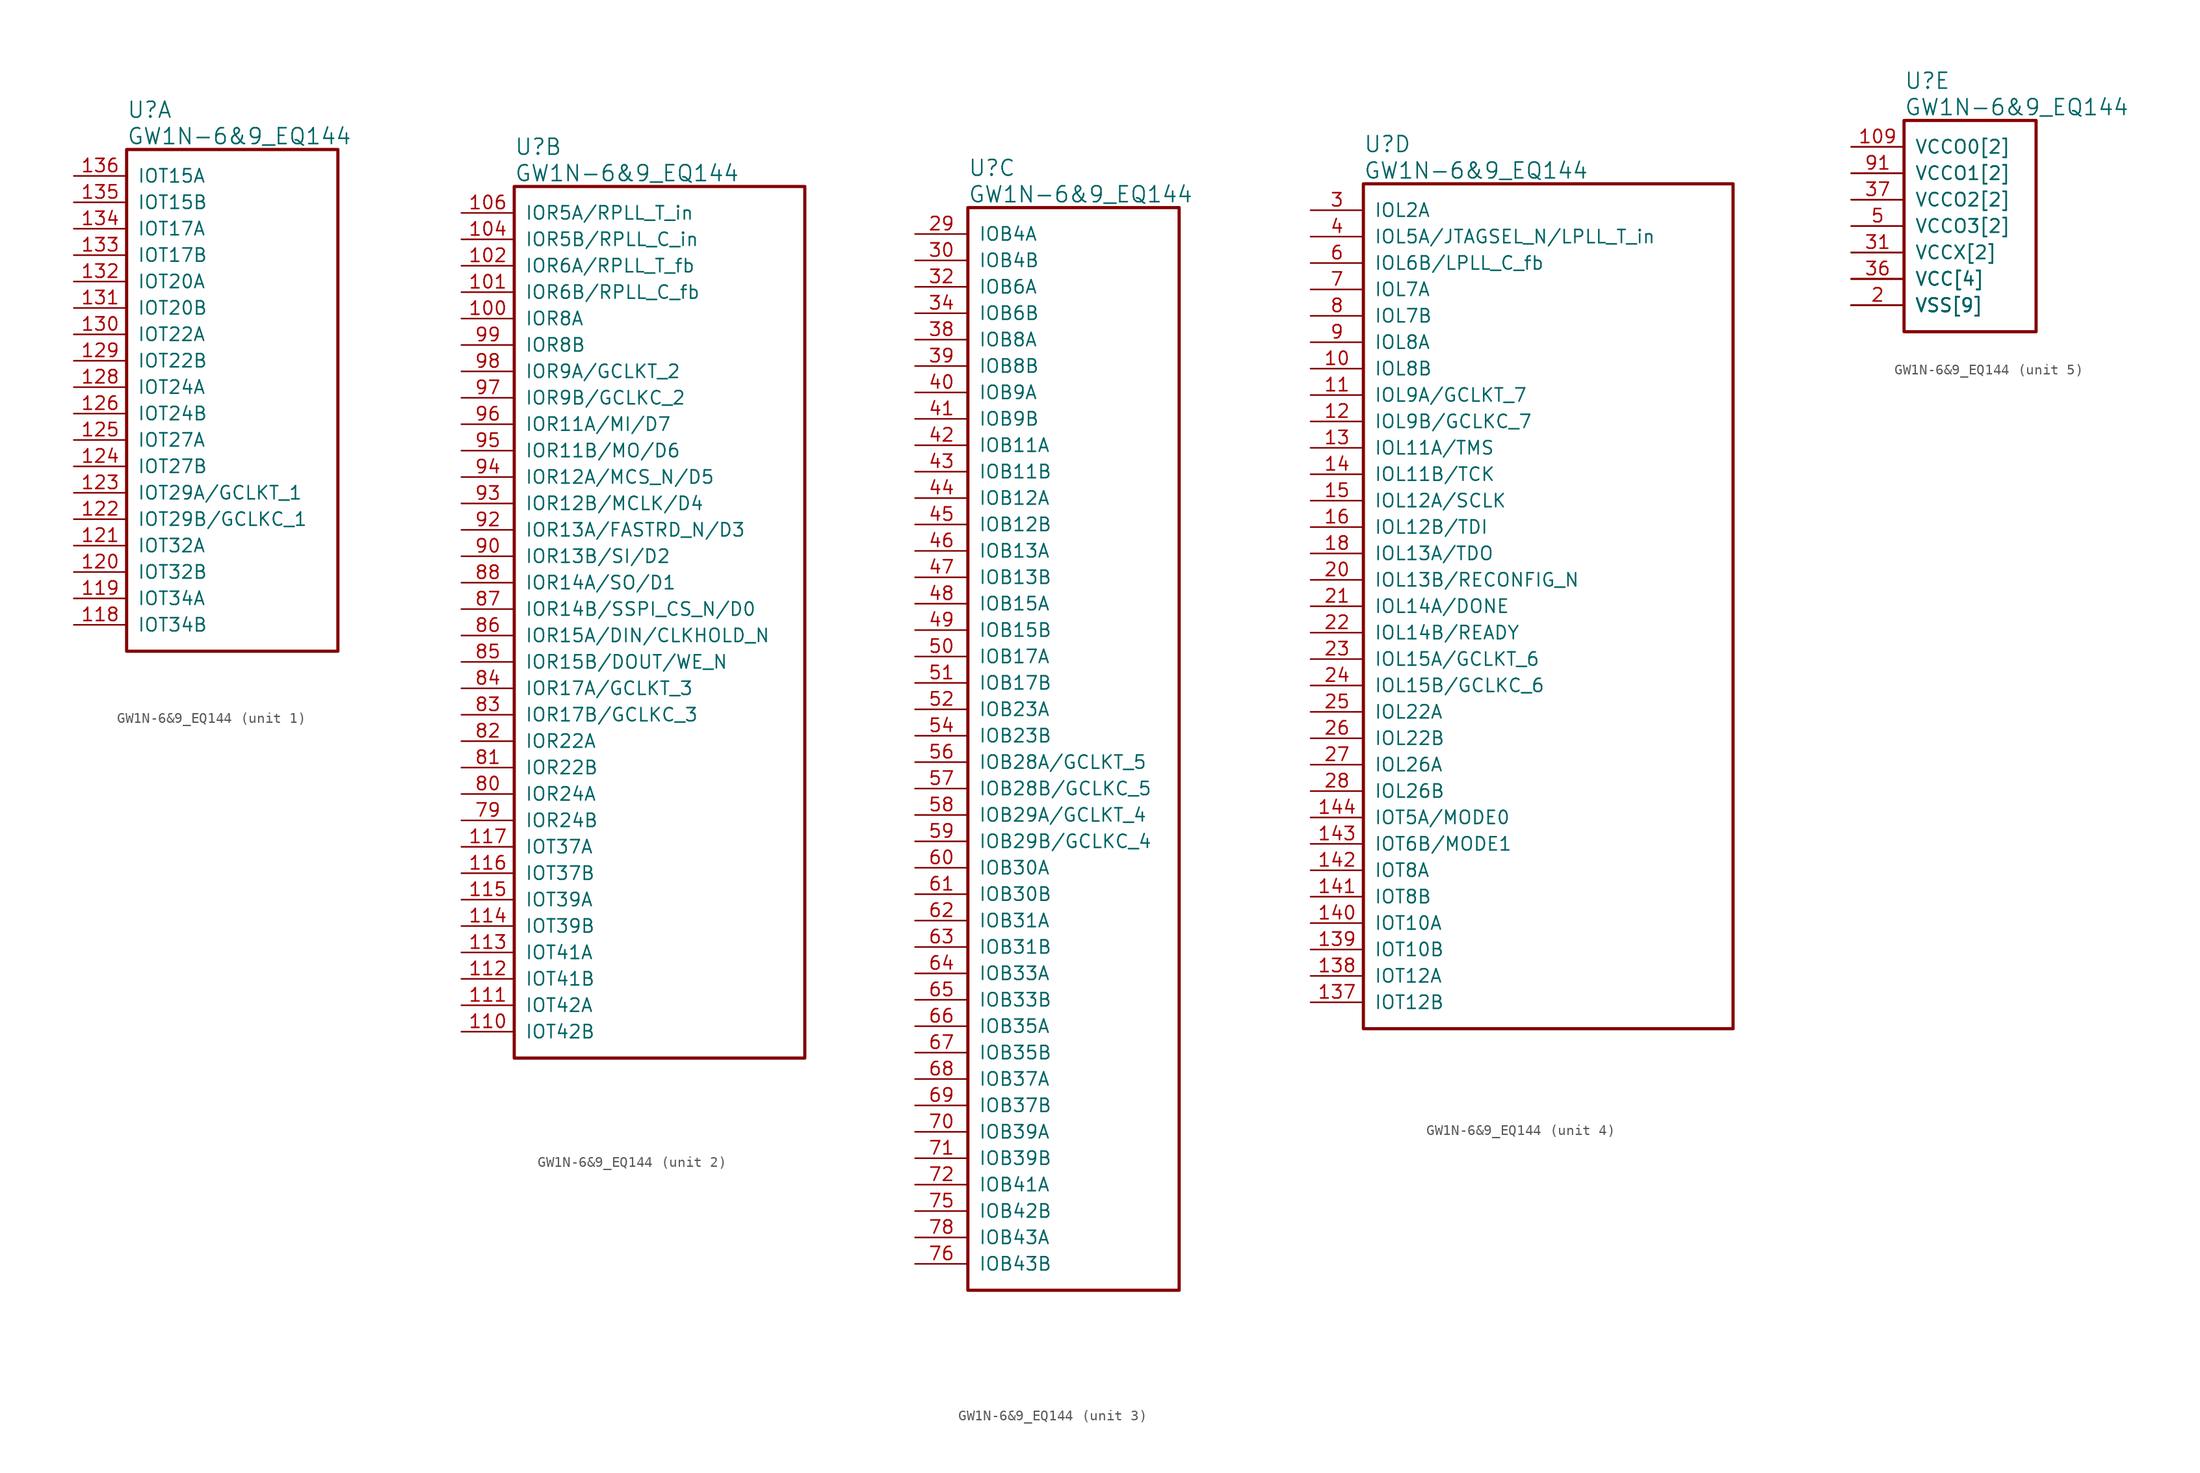
<source format=kicad_sym>
(kicad_symbol_lib
  (version 20211014)
  (generator kicad_symbol_editor)
  (symbol "GW1N-6&9_EQ144"
    (pin_names
      (offset 1.016))
    (property "Reference" "U"
      (at 5.08 6.35 0)
      (effects (font (size 1.524 1.524)) (justify left)))
    (property "Value" "GW1N-6&9_EQ144"
      (at 5.08 3.81 0)
      (effects (font (size 1.524 1.524)) (justify left)))
    (property "ki_locked" ""
      (at 0 0 0)
      (effects (font (size 1.27 1.27))))
    (symbol "GW1N-6&9_EQ144_1_1"
      (rectangle (start 5.08 2.54) (end 25.4 -45.72) (stroke (width 0.305) (type default) (color 0 0 0 0)) (fill (type none)))
      (pin bidirectional line (at 0 -43.18 0) (length 5.08) (name "IOT34B" (effects (font (size 1.27 1.27)))) (number "118" (effects (font (size 1.27 1.27)))))
      (pin bidirectional line (at 0 -40.64 0) (length 5.08) (name "IOT34A" (effects (font (size 1.27 1.27)))) (number "119" (effects (font (size 1.27 1.27)))))
      (pin bidirectional line (at 0 -38.1 0) (length 5.08) (name "IOT32B" (effects (font (size 1.27 1.27)))) (number "120" (effects (font (size 1.27 1.27)))))
      (pin bidirectional line (at 0 -35.56 0) (length 5.08) (name "IOT32A" (effects (font (size 1.27 1.27)))) (number "121" (effects (font (size 1.27 1.27)))))
      (pin bidirectional line (at 0 -33.02 0) (length 5.08) (name "IOT29B/GCLKC_1" (effects (font (size 1.27 1.27)))) (number "122" (effects (font (size 1.27 1.27)))))
      (pin bidirectional line (at 0 -30.48 0) (length 5.08) (name "IOT29A/GCLKT_1" (effects (font (size 1.27 1.27)))) (number "123" (effects (font (size 1.27 1.27)))))
      (pin bidirectional line (at 0 -27.94 0) (length 5.08) (name "IOT27B" (effects (font (size 1.27 1.27)))) (number "124" (effects (font (size 1.27 1.27)))))
      (pin bidirectional line (at 0 -25.4 0) (length 5.08) (name "IOT27A" (effects (font (size 1.27 1.27)))) (number "125" (effects (font (size 1.27 1.27)))))
      (pin bidirectional line (at 0 -22.86 0) (length 5.08) (name "IOT24B" (effects (font (size 1.27 1.27)))) (number "126" (effects (font (size 1.27 1.27)))))
      (pin bidirectional line (at 0 -20.32 0) (length 5.08) (name "IOT24A" (effects (font (size 1.27 1.27)))) (number "128" (effects (font (size 1.27 1.27)))))
      (pin bidirectional line (at 0 -17.78 0) (length 5.08) (name "IOT22B" (effects (font (size 1.27 1.27)))) (number "129" (effects (font (size 1.27 1.27)))))
      (pin bidirectional line (at 0 -15.24 0) (length 5.08) (name "IOT22A" (effects (font (size 1.27 1.27)))) (number "130" (effects (font (size 1.27 1.27)))))
      (pin bidirectional line (at 0 -12.7 0) (length 5.08) (name "IOT20B" (effects (font (size 1.27 1.27)))) (number "131" (effects (font (size 1.27 1.27)))))
      (pin bidirectional line (at 0 -10.16 0) (length 5.08) (name "IOT20A" (effects (font (size 1.27 1.27)))) (number "132" (effects (font (size 1.27 1.27)))))
      (pin bidirectional line (at 0 -7.62 0) (length 5.08) (name "IOT17B" (effects (font (size 1.27 1.27)))) (number "133" (effects (font (size 1.27 1.27)))))
      (pin bidirectional line (at 0 -5.08 0) (length 5.08) (name "IOT17A" (effects (font (size 1.27 1.27)))) (number "134" (effects (font (size 1.27 1.27)))))
      (pin bidirectional line (at 0 -2.54 0) (length 5.08) (name "IOT15B" (effects (font (size 1.27 1.27)))) (number "135" (effects (font (size 1.27 1.27)))))
      (pin bidirectional line (at 0 0 0) (length 5.08) (name "IOT15A" (effects (font (size 1.27 1.27)))) (number "136" (effects (font (size 1.27 1.27))))))
    (symbol "GW1N-6&9_EQ144_2_1"
      (rectangle (start 5.08 2.54) (end 33.02 -81.28) (stroke (width 0.305) (type default) (color 0 0 0 0)) (fill (type none)))
      (pin bidirectional line (at 0 -10.16 0) (length 5.08) (name "IOR8A" (effects (font (size 1.27 1.27)))) (number "100" (effects (font (size 1.27 1.27)))))
      (pin bidirectional line (at 0 -7.62 0) (length 5.08) (name "IOR6B/RPLL_C_fb" (effects (font (size 1.27 1.27)))) (number "101" (effects (font (size 1.27 1.27)))))
      (pin bidirectional line (at 0 -5.08 0) (length 5.08) (name "IOR6A/RPLL_T_fb" (effects (font (size 1.27 1.27)))) (number "102" (effects (font (size 1.27 1.27)))))
      (pin bidirectional line (at 0 -2.54 0) (length 5.08) (name "IOR5B/RPLL_C_in" (effects (font (size 1.27 1.27)))) (number "104" (effects (font (size 1.27 1.27)))))
      (pin bidirectional line (at 0 0 0) (length 5.08) (name "IOR5A/RPLL_T_in" (effects (font (size 1.27 1.27)))) (number "106" (effects (font (size 1.27 1.27)))))
      (pin bidirectional line (at 0 -78.74 0) (length 5.08) (name "IOT42B" (effects (font (size 1.27 1.27)))) (number "110" (effects (font (size 1.27 1.27)))))
      (pin bidirectional line (at 0 -76.2 0) (length 5.08) (name "IOT42A" (effects (font (size 1.27 1.27)))) (number "111" (effects (font (size 1.27 1.27)))))
      (pin bidirectional line (at 0 -73.66 0) (length 5.08) (name "IOT41B" (effects (font (size 1.27 1.27)))) (number "112" (effects (font (size 1.27 1.27)))))
      (pin bidirectional line (at 0 -71.12 0) (length 5.08) (name "IOT41A" (effects (font (size 1.27 1.27)))) (number "113" (effects (font (size 1.27 1.27)))))
      (pin bidirectional line (at 0 -68.58 0) (length 5.08) (name "IOT39B" (effects (font (size 1.27 1.27)))) (number "114" (effects (font (size 1.27 1.27)))))
      (pin bidirectional line (at 0 -66.04 0) (length 5.08) (name "IOT39A" (effects (font (size 1.27 1.27)))) (number "115" (effects (font (size 1.27 1.27)))))
      (pin bidirectional line (at 0 -63.5 0) (length 5.08) (name "IOT37B" (effects (font (size 1.27 1.27)))) (number "116" (effects (font (size 1.27 1.27)))))
      (pin bidirectional line (at 0 -60.96 0) (length 5.08) (name "IOT37A" (effects (font (size 1.27 1.27)))) (number "117" (effects (font (size 1.27 1.27)))))
      (pin bidirectional line (at 0 -58.42 0) (length 5.08) (name "IOR24B" (effects (font (size 1.27 1.27)))) (number "79" (effects (font (size 1.27 1.27)))))
      (pin bidirectional line (at 0 -55.88 0) (length 5.08) (name "IOR24A" (effects (font (size 1.27 1.27)))) (number "80" (effects (font (size 1.27 1.27)))))
      (pin bidirectional line (at 0 -53.34 0) (length 5.08) (name "IOR22B" (effects (font (size 1.27 1.27)))) (number "81" (effects (font (size 1.27 1.27)))))
      (pin bidirectional line (at 0 -50.8 0) (length 5.08) (name "IOR22A" (effects (font (size 1.27 1.27)))) (number "82" (effects (font (size 1.27 1.27)))))
      (pin bidirectional line (at 0 -48.26 0) (length 5.08) (name "IOR17B/GCLKC_3" (effects (font (size 1.27 1.27)))) (number "83" (effects (font (size 1.27 1.27)))))
      (pin bidirectional line (at 0 -45.72 0) (length 5.08) (name "IOR17A/GCLKT_3" (effects (font (size 1.27 1.27)))) (number "84" (effects (font (size 1.27 1.27)))))
      (pin bidirectional line (at 0 -43.18 0) (length 5.08) (name "IOR15B/DOUT/WE_N" (effects (font (size 1.27 1.27)))) (number "85" (effects (font (size 1.27 1.27)))))
      (pin bidirectional line (at 0 -40.64 0) (length 5.08) (name "IOR15A/DIN/CLKHOLD_N" (effects (font (size 1.27 1.27)))) (number "86" (effects (font (size 1.27 1.27)))))
      (pin bidirectional line (at 0 -38.1 0) (length 5.08) (name "IOR14B/SSPI_CS_N/D0" (effects (font (size 1.27 1.27)))) (number "87" (effects (font (size 1.27 1.27)))))
      (pin bidirectional line (at 0 -35.56 0) (length 5.08) (name "IOR14A/SO/D1" (effects (font (size 1.27 1.27)))) (number "88" (effects (font (size 1.27 1.27)))))
      (pin bidirectional line (at 0 -33.02 0) (length 5.08) (name "IOR13B/SI/D2" (effects (font (size 1.27 1.27)))) (number "90" (effects (font (size 1.27 1.27)))))
      (pin bidirectional line (at 0 -30.48 0) (length 5.08) (name "IOR13A/FASTRD_N/D3" (effects (font (size 1.27 1.27)))) (number "92" (effects (font (size 1.27 1.27)))))
      (pin bidirectional line (at 0 -27.94 0) (length 5.08) (name "IOR12B/MCLK/D4" (effects (font (size 1.27 1.27)))) (number "93" (effects (font (size 1.27 1.27)))))
      (pin bidirectional line (at 0 -25.4 0) (length 5.08) (name "IOR12A/MCS_N/D5" (effects (font (size 1.27 1.27)))) (number "94" (effects (font (size 1.27 1.27)))))
      (pin bidirectional line (at 0 -22.86 0) (length 5.08) (name "IOR11B/MO/D6" (effects (font (size 1.27 1.27)))) (number "95" (effects (font (size 1.27 1.27)))))
      (pin bidirectional line (at 0 -20.32 0) (length 5.08) (name "IOR11A/MI/D7" (effects (font (size 1.27 1.27)))) (number "96" (effects (font (size 1.27 1.27)))))
      (pin bidirectional line (at 0 -17.78 0) (length 5.08) (name "IOR9B/GCLKC_2" (effects (font (size 1.27 1.27)))) (number "97" (effects (font (size 1.27 1.27)))))
      (pin bidirectional line (at 0 -15.24 0) (length 5.08) (name "IOR9A/GCLKT_2" (effects (font (size 1.27 1.27)))) (number "98" (effects (font (size 1.27 1.27)))))
      (pin bidirectional line (at 0 -12.7 0) (length 5.08) (name "IOR8B" (effects (font (size 1.27 1.27)))) (number "99" (effects (font (size 1.27 1.27))))))
    (symbol "GW1N-6&9_EQ144_3_1"
      (rectangle (start 5.08 2.54) (end 25.4 -101.6) (stroke (width 0.305) (type default) (color 0 0 0 0)) (fill (type none)))
      (pin bidirectional line (at 0 0 0) (length 5.08) (name "IOB4A" (effects (font (size 1.27 1.27)))) (number "29" (effects (font (size 1.27 1.27)))))
      (pin bidirectional line (at 0 -2.54 0) (length 5.08) (name "IOB4B" (effects (font (size 1.27 1.27)))) (number "30" (effects (font (size 1.27 1.27)))))
      (pin bidirectional line (at 0 -5.08 0) (length 5.08) (name "IOB6A" (effects (font (size 1.27 1.27)))) (number "32" (effects (font (size 1.27 1.27)))))
      (pin bidirectional line (at 0 -7.62 0) (length 5.08) (name "IOB6B" (effects (font (size 1.27 1.27)))) (number "34" (effects (font (size 1.27 1.27)))))
      (pin bidirectional line (at 0 -10.16 0) (length 5.08) (name "IOB8A" (effects (font (size 1.27 1.27)))) (number "38" (effects (font (size 1.27 1.27)))))
      (pin bidirectional line (at 0 -12.7 0) (length 5.08) (name "IOB8B" (effects (font (size 1.27 1.27)))) (number "39" (effects (font (size 1.27 1.27)))))
      (pin bidirectional line (at 0 -15.24 0) (length 5.08) (name "IOB9A" (effects (font (size 1.27 1.27)))) (number "40" (effects (font (size 1.27 1.27)))))
      (pin bidirectional line (at 0 -17.78 0) (length 5.08) (name "IOB9B" (effects (font (size 1.27 1.27)))) (number "41" (effects (font (size 1.27 1.27)))))
      (pin bidirectional line (at 0 -20.32 0) (length 5.08) (name "IOB11A" (effects (font (size 1.27 1.27)))) (number "42" (effects (font (size 1.27 1.27)))))
      (pin bidirectional line (at 0 -22.86 0) (length 5.08) (name "IOB11B" (effects (font (size 1.27 1.27)))) (number "43" (effects (font (size 1.27 1.27)))))
      (pin bidirectional line (at 0 -25.4 0) (length 5.08) (name "IOB12A" (effects (font (size 1.27 1.27)))) (number "44" (effects (font (size 1.27 1.27)))))
      (pin bidirectional line (at 0 -27.94 0) (length 5.08) (name "IOB12B" (effects (font (size 1.27 1.27)))) (number "45" (effects (font (size 1.27 1.27)))))
      (pin bidirectional line (at 0 -30.48 0) (length 5.08) (name "IOB13A" (effects (font (size 1.27 1.27)))) (number "46" (effects (font (size 1.27 1.27)))))
      (pin bidirectional line (at 0 -33.02 0) (length 5.08) (name "IOB13B" (effects (font (size 1.27 1.27)))) (number "47" (effects (font (size 1.27 1.27)))))
      (pin bidirectional line (at 0 -35.56 0) (length 5.08) (name "IOB15A" (effects (font (size 1.27 1.27)))) (number "48" (effects (font (size 1.27 1.27)))))
      (pin bidirectional line (at 0 -38.1 0) (length 5.08) (name "IOB15B" (effects (font (size 1.27 1.27)))) (number "49" (effects (font (size 1.27 1.27)))))
      (pin bidirectional line (at 0 -40.64 0) (length 5.08) (name "IOB17A" (effects (font (size 1.27 1.27)))) (number "50" (effects (font (size 1.27 1.27)))))
      (pin bidirectional line (at 0 -43.18 0) (length 5.08) (name "IOB17B" (effects (font (size 1.27 1.27)))) (number "51" (effects (font (size 1.27 1.27)))))
      (pin bidirectional line (at 0 -45.72 0) (length 5.08) (name "IOB23A" (effects (font (size 1.27 1.27)))) (number "52" (effects (font (size 1.27 1.27)))))
      (pin bidirectional line (at 0 -48.26 0) (length 5.08) (name "IOB23B" (effects (font (size 1.27 1.27)))) (number "54" (effects (font (size 1.27 1.27)))))
      (pin bidirectional line (at 0 -50.8 0) (length 5.08) (name "IOB28A/GCLKT_5" (effects (font (size 1.27 1.27)))) (number "56" (effects (font (size 1.27 1.27)))))
      (pin bidirectional line (at 0 -53.34 0) (length 5.08) (name "IOB28B/GCLKC_5" (effects (font (size 1.27 1.27)))) (number "57" (effects (font (size 1.27 1.27)))))
      (pin bidirectional line (at 0 -55.88 0) (length 5.08) (name "IOB29A/GCLKT_4" (effects (font (size 1.27 1.27)))) (number "58" (effects (font (size 1.27 1.27)))))
      (pin bidirectional line (at 0 -58.42 0) (length 5.08) (name "IOB29B/GCLKC_4" (effects (font (size 1.27 1.27)))) (number "59" (effects (font (size 1.27 1.27)))))
      (pin bidirectional line (at 0 -60.96 0) (length 5.08) (name "IOB30A" (effects (font (size 1.27 1.27)))) (number "60" (effects (font (size 1.27 1.27)))))
      (pin bidirectional line (at 0 -63.5 0) (length 5.08) (name "IOB30B" (effects (font (size 1.27 1.27)))) (number "61" (effects (font (size 1.27 1.27)))))
      (pin bidirectional line (at 0 -66.04 0) (length 5.08) (name "IOB31A" (effects (font (size 1.27 1.27)))) (number "62" (effects (font (size 1.27 1.27)))))
      (pin bidirectional line (at 0 -68.58 0) (length 5.08) (name "IOB31B" (effects (font (size 1.27 1.27)))) (number "63" (effects (font (size 1.27 1.27)))))
      (pin bidirectional line (at 0 -71.12 0) (length 5.08) (name "IOB33A" (effects (font (size 1.27 1.27)))) (number "64" (effects (font (size 1.27 1.27)))))
      (pin bidirectional line (at 0 -73.66 0) (length 5.08) (name "IOB33B" (effects (font (size 1.27 1.27)))) (number "65" (effects (font (size 1.27 1.27)))))
      (pin bidirectional line (at 0 -76.2 0) (length 5.08) (name "IOB35A" (effects (font (size 1.27 1.27)))) (number "66" (effects (font (size 1.27 1.27)))))
      (pin bidirectional line (at 0 -78.74 0) (length 5.08) (name "IOB35B" (effects (font (size 1.27 1.27)))) (number "67" (effects (font (size 1.27 1.27)))))
      (pin bidirectional line (at 0 -81.28 0) (length 5.08) (name "IOB37A" (effects (font (size 1.27 1.27)))) (number "68" (effects (font (size 1.27 1.27)))))
      (pin bidirectional line (at 0 -83.82 0) (length 5.08) (name "IOB37B" (effects (font (size 1.27 1.27)))) (number "69" (effects (font (size 1.27 1.27)))))
      (pin bidirectional line (at 0 -86.36 0) (length 5.08) (name "IOB39A" (effects (font (size 1.27 1.27)))) (number "70" (effects (font (size 1.27 1.27)))))
      (pin bidirectional line (at 0 -88.9 0) (length 5.08) (name "IOB39B" (effects (font (size 1.27 1.27)))) (number "71" (effects (font (size 1.27 1.27)))))
      (pin bidirectional line (at 0 -91.44 0) (length 5.08) (name "IOB41A" (effects (font (size 1.27 1.27)))) (number "72" (effects (font (size 1.27 1.27)))))
      (pin bidirectional line (at 0 -93.98 0) (length 5.08) (name "IOB42B" (effects (font (size 1.27 1.27)))) (number "75" (effects (font (size 1.27 1.27)))))
      (pin bidirectional line (at 0 -99.06 0) (length 5.08) (name "IOB43B" (effects (font (size 1.27 1.27)))) (number "76" (effects (font (size 1.27 1.27)))))
      (pin bidirectional line (at 0 -96.52 0) (length 5.08) (name "IOB43A" (effects (font (size 1.27 1.27)))) (number "78" (effects (font (size 1.27 1.27))))))
    (symbol "GW1N-6&9_EQ144_4_1"
      (rectangle (start 5.08 2.54) (end 40.64 -78.74) (stroke (width 0.305) (type default) (color 0 0 0 0)) (fill (type none)))
      (pin bidirectional line (at 0 -15.24 0) (length 5.08) (name "IOL8B" (effects (font (size 1.27 1.27)))) (number "10" (effects (font (size 1.27 1.27)))))
      (pin bidirectional line (at 0 -17.78 0) (length 5.08) (name "IOL9A/GCLKT_7" (effects (font (size 1.27 1.27)))) (number "11" (effects (font (size 1.27 1.27)))))
      (pin bidirectional line (at 0 -20.32 0) (length 5.08) (name "IOL9B/GCLKC_7" (effects (font (size 1.27 1.27)))) (number "12" (effects (font (size 1.27 1.27)))))
      (pin bidirectional line (at 0 -22.86 0) (length 5.08) (name "IOL11A/TMS" (effects (font (size 1.27 1.27)))) (number "13" (effects (font (size 1.27 1.27)))))
      (pin bidirectional line (at 0 -76.2 0) (length 5.08) (name "IOT12B" (effects (font (size 1.27 1.27)))) (number "137" (effects (font (size 1.27 1.27)))))
      (pin bidirectional line (at 0 -73.66 0) (length 5.08) (name "IOT12A" (effects (font (size 1.27 1.27)))) (number "138" (effects (font (size 1.27 1.27)))))
      (pin bidirectional line (at 0 -71.12 0) (length 5.08) (name "IOT10B" (effects (font (size 1.27 1.27)))) (number "139" (effects (font (size 1.27 1.27)))))
      (pin bidirectional line (at 0 -25.4 0) (length 5.08) (name "IOL11B/TCK" (effects (font (size 1.27 1.27)))) (number "14" (effects (font (size 1.27 1.27)))))
      (pin bidirectional line (at 0 -68.58 0) (length 5.08) (name "IOT10A" (effects (font (size 1.27 1.27)))) (number "140" (effects (font (size 1.27 1.27)))))
      (pin bidirectional line (at 0 -66.04 0) (length 5.08) (name "IOT8B" (effects (font (size 1.27 1.27)))) (number "141" (effects (font (size 1.27 1.27)))))
      (pin bidirectional line (at 0 -63.5 0) (length 5.08) (name "IOT8A" (effects (font (size 1.27 1.27)))) (number "142" (effects (font (size 1.27 1.27)))))
      (pin bidirectional line (at 0 -60.96 0) (length 5.08) (name "IOT6B/MODE1" (effects (font (size 1.27 1.27)))) (number "143" (effects (font (size 1.27 1.27)))))
      (pin bidirectional line (at 0 -58.42 0) (length 5.08) (name "IOT5A/MODE0" (effects (font (size 1.27 1.27)))) (number "144" (effects (font (size 1.27 1.27)))))
      (pin bidirectional line (at 0 -27.94 0) (length 5.08) (name "IOL12A/SCLK" (effects (font (size 1.27 1.27)))) (number "15" (effects (font (size 1.27 1.27)))))
      (pin bidirectional line (at 0 -30.48 0) (length 5.08) (name "IOL12B/TDI" (effects (font (size 1.27 1.27)))) (number "16" (effects (font (size 1.27 1.27)))))
      (pin bidirectional line (at 0 -33.02 0) (length 5.08) (name "IOL13A/TDO" (effects (font (size 1.27 1.27)))) (number "18" (effects (font (size 1.27 1.27)))))
      (pin bidirectional line (at 0 -35.56 0) (length 5.08) (name "IOL13B/RECONFIG_N" (effects (font (size 1.27 1.27)))) (number "20" (effects (font (size 1.27 1.27)))))
      (pin bidirectional line (at 0 -38.1 0) (length 5.08) (name "IOL14A/DONE" (effects (font (size 1.27 1.27)))) (number "21" (effects (font (size 1.27 1.27)))))
      (pin bidirectional line (at 0 -40.64 0) (length 5.08) (name "IOL14B/READY" (effects (font (size 1.27 1.27)))) (number "22" (effects (font (size 1.27 1.27)))))
      (pin bidirectional line (at 0 -43.18 0) (length 5.08) (name "IOL15A/GCLKT_6" (effects (font (size 1.27 1.27)))) (number "23" (effects (font (size 1.27 1.27)))))
      (pin bidirectional line (at 0 -45.72 0) (length 5.08) (name "IOL15B/GCLKC_6" (effects (font (size 1.27 1.27)))) (number "24" (effects (font (size 1.27 1.27)))))
      (pin bidirectional line (at 0 -48.26 0) (length 5.08) (name "IOL22A" (effects (font (size 1.27 1.27)))) (number "25" (effects (font (size 1.27 1.27)))))
      (pin bidirectional line (at 0 -50.8 0) (length 5.08) (name "IOL22B" (effects (font (size 1.27 1.27)))) (number "26" (effects (font (size 1.27 1.27)))))
      (pin bidirectional line (at 0 -53.34 0) (length 5.08) (name "IOL26A" (effects (font (size 1.27 1.27)))) (number "27" (effects (font (size 1.27 1.27)))))
      (pin bidirectional line (at 0 -55.88 0) (length 5.08) (name "IOL26B" (effects (font (size 1.27 1.27)))) (number "28" (effects (font (size 1.27 1.27)))))
      (pin bidirectional line (at 0 0 0) (length 5.08) (name "IOL2A" (effects (font (size 1.27 1.27)))) (number "3" (effects (font (size 1.27 1.27)))))
      (pin bidirectional line (at 0 -2.54 0) (length 5.08) (name "IOL5A/JTAGSEL_N/LPLL_T_in" (effects (font (size 1.27 1.27)))) (number "4" (effects (font (size 1.27 1.27)))))
      (pin bidirectional line (at 0 -5.08 0) (length 5.08) (name "IOL6B/LPLL_C_fb" (effects (font (size 1.27 1.27)))) (number "6" (effects (font (size 1.27 1.27)))))
      (pin bidirectional line (at 0 -7.62 0) (length 5.08) (name "IOL7A" (effects (font (size 1.27 1.27)))) (number "7" (effects (font (size 1.27 1.27)))))
      (pin bidirectional line (at 0 -10.16 0) (length 5.08) (name "IOL7B" (effects (font (size 1.27 1.27)))) (number "8" (effects (font (size 1.27 1.27)))))
      (pin bidirectional line (at 0 -12.7 0) (length 5.08) (name "IOL8A" (effects (font (size 1.27 1.27)))) (number "9" (effects (font (size 1.27 1.27))))))
    (symbol "GW1N-6&9_EQ144_5_1"
      (rectangle (start 5.08 2.54) (end 17.78 -17.78) (stroke (width 0.305) (type default) (color 0 0 0 0)) (fill (type none)))
      (pin power_in line (at 0 -12.7 0) (length 5.08) (name "VCC[4]" (effects (font (size 1.27 1.27)))) (number "1" (effects (font (size 0 0)))))
      (pin power_in line (at 0 -2.54 0) (length 5.08) (name "VCCO1[2]" (effects (font (size 1.27 1.27)))) (number "103" (effects (font (size 0 0)))))
      (pin power_in line (at 0 -15.24 0) (length 5.08) (name "VSS[9]" (effects (font (size 1.27 1.27)))) (number "105" (effects (font (size 0 0)))))
      (pin power_in line (at 0 -15.24 0) (length 5.08) (name "VSS[9]" (effects (font (size 1.27 1.27)))) (number "107" (effects (font (size 0 0)))))
      (pin power_in line (at 0 -12.7 0) (length 5.08) (name "VCC[4]" (effects (font (size 1.27 1.27)))) (number "108" (effects (font (size 0 0)))))
      (pin power_in line (at 0 0 0) (length 5.08) (name "VCCO0[2]" (effects (font (size 1.27 1.27)))) (number "109" (effects (font (size 1.27 1.27)))))
      (pin power_in line (at 0 0 0) (length 5.08) (name "VCCO0[2]" (effects (font (size 1.27 1.27)))) (number "127" (effects (font (size 0 0)))))
      (pin power_in line (at 0 -15.24 0) (length 5.08) (name "VSS[9]" (effects (font (size 1.27 1.27)))) (number "17" (effects (font (size 0 0)))))
      (pin power_in line (at 0 -7.62 0) (length 5.08) (name "VCCO3[2]" (effects (font (size 1.27 1.27)))) (number "19" (effects (font (size 0 0)))))
      (pin power_in line (at 0 -15.24 0) (length 5.08) (name "VSS[9]" (effects (font (size 1.27 1.27)))) (number "2" (effects (font (size 1.27 1.27)))))
      (pin power_in line (at 0 -10.16 0) (length 5.08) (name "VCCX[2]" (effects (font (size 1.27 1.27)))) (number "31" (effects (font (size 1.27 1.27)))))
      (pin power_in line (at 0 -15.24 0) (length 5.08) (name "VSS[9]" (effects (font (size 1.27 1.27)))) (number "33" (effects (font (size 0 0)))))
      (pin power_in line (at 0 -15.24 0) (length 5.08) (name "VSS[9]" (effects (font (size 1.27 1.27)))) (number "35" (effects (font (size 0 0)))))
      (pin power_in line (at 0 -12.7 0) (length 5.08) (name "VCC[4]" (effects (font (size 1.27 1.27)))) (number "36" (effects (font (size 1.27 1.27)))))
      (pin power_in line (at 0 -5.08 0) (length 5.08) (name "VCCO2[2]" (effects (font (size 1.27 1.27)))) (number "37" (effects (font (size 1.27 1.27)))))
      (pin power_in line (at 0 -7.62 0) (length 5.08) (name "VCCO3[2]" (effects (font (size 1.27 1.27)))) (number "5" (effects (font (size 1.27 1.27)))))
      (pin power_in line (at 0 -15.24 0) (length 5.08) (name "VSS[9]" (effects (font (size 1.27 1.27)))) (number "53" (effects (font (size 0 0)))))
      (pin power_in line (at 0 -5.08 0) (length 5.08) (name "VCCO2[2]" (effects (font (size 1.27 1.27)))) (number "55" (effects (font (size 0 0)))))
      (pin power_in line (at 0 -12.7 0) (length 5.08) (name "VCC[4]" (effects (font (size 1.27 1.27)))) (number "73" (effects (font (size 0 0)))))
      (pin power_in line (at 0 -15.24 0) (length 5.08) (name "VSS[9]" (effects (font (size 1.27 1.27)))) (number "74" (effects (font (size 0 0)))))
      (pin power_in line (at 0 -10.16 0) (length 5.08) (name "VCCX[2]" (effects (font (size 1.27 1.27)))) (number "77" (effects (font (size 0 0)))))
      (pin power_in line (at 0 -15.24 0) (length 5.08) (name "VSS[9]" (effects (font (size 1.27 1.27)))) (number "89" (effects (font (size 0 0)))))
      (pin power_in line (at 0 -2.54 0) (length 5.08) (name "VCCO1[2]" (effects (font (size 1.27 1.27)))) (number "91" (effects (font (size 1.27 1.27))))))))
</source>
